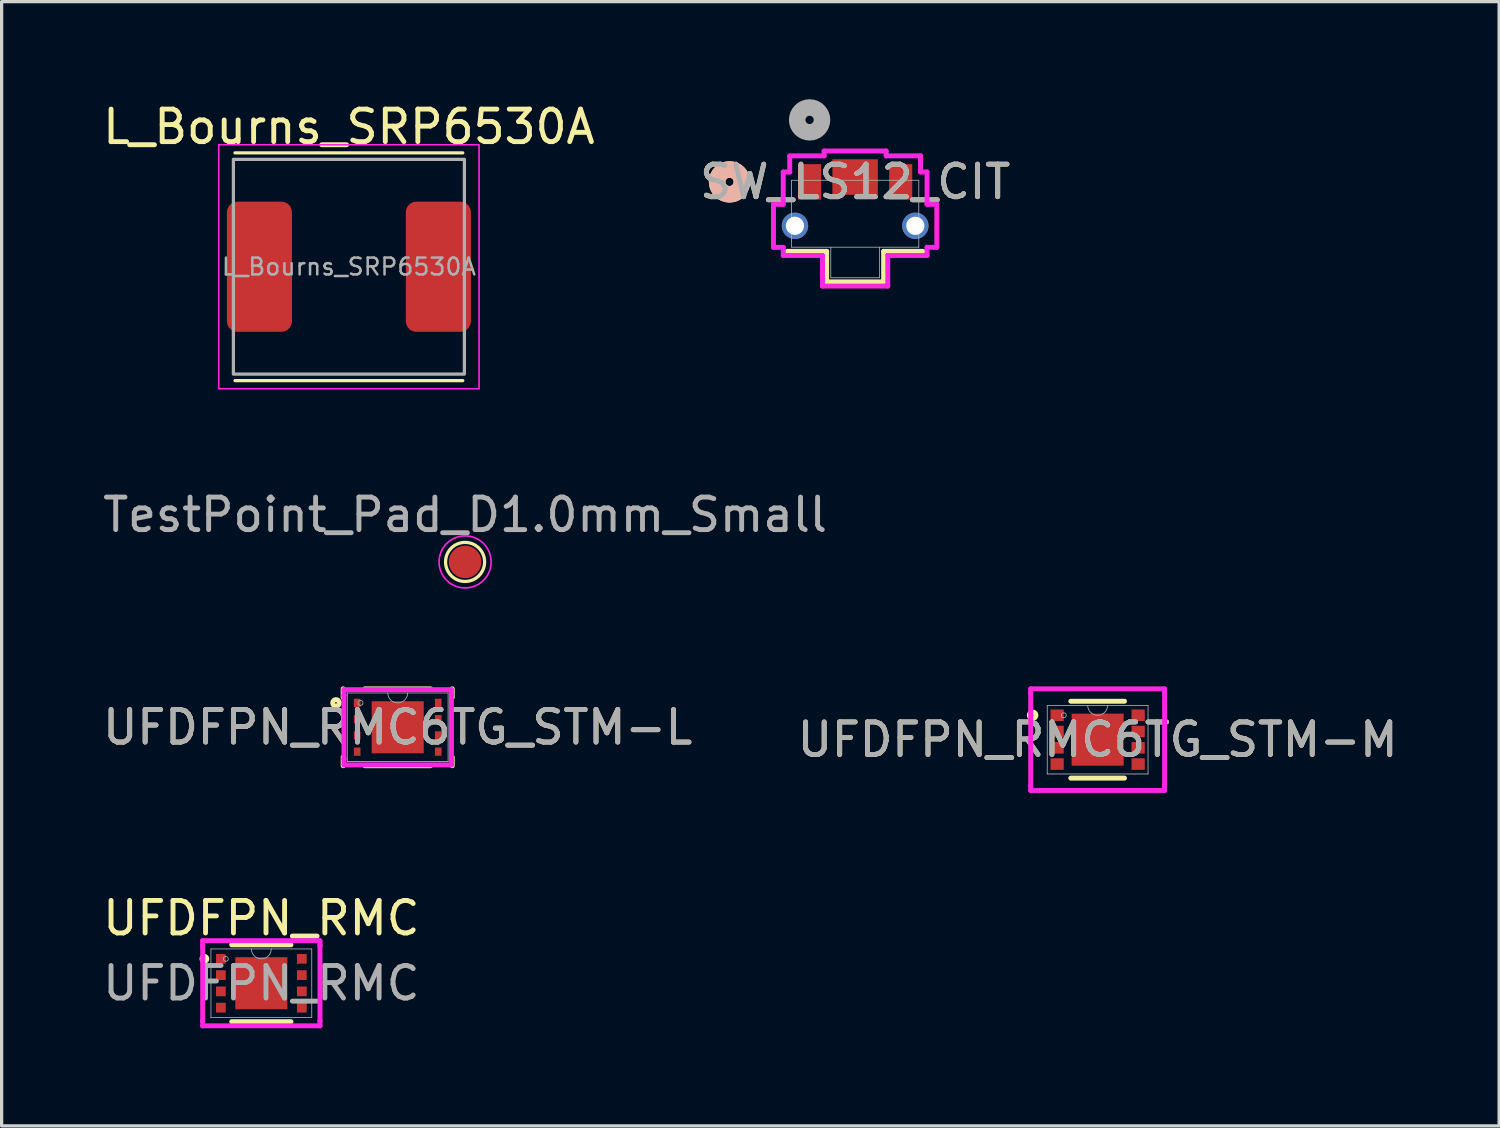
<source format=kicad_pcb>
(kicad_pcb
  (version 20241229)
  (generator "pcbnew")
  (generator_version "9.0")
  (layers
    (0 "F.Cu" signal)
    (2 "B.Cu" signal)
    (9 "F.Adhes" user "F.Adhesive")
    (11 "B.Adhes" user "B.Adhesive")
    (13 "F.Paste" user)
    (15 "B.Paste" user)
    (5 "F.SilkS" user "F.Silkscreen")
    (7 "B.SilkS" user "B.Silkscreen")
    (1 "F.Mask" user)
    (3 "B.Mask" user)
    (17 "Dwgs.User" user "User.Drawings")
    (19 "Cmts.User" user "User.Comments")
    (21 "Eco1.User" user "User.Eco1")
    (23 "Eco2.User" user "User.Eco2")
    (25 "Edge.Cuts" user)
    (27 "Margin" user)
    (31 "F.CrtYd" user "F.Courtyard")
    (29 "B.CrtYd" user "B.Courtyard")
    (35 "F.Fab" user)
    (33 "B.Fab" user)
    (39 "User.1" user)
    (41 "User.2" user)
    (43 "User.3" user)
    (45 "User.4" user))
  (footprint "SW_LS12_CIT"
    (layer "F.Cu")
    (at 23.232 3.519)
    (property "Reference" "SW_LS12_CIT" (at 0 -0.979 0) (unlocked yes) (layer "F.SilkS") (effects (font (size 1 1) (thickness 0.15))))
    (attr smd)
    (fp_line (start -2.083 1.156) (end -0.876 1.156) (stroke (width 0.152) (type solid)) (layer "F.SilkS"))
    (fp_line (start -0.876 1.156) (end -0.876 2.095) (stroke (width 0.152) (type solid)) (layer "F.SilkS"))
    (fp_line (start -0.876 2.095) (end 0.876 2.095) (stroke (width 0.152) (type solid)) (layer "F.SilkS"))
    (fp_line (start 0.876 1.156) (end 2.083 1.156) (stroke (width 0.152) (type solid)) (layer "F.SilkS"))
    (fp_line (start 0.876 2.095) (end 0.876 1.156) (stroke (width 0.152) (type solid)) (layer "F.SilkS"))
    (fp_circle (center -3.861 -0.979) (end -3.48 -0.979) (stroke (width 0.508) (type solid)) (fill no) (layer "F.SilkS"))
    (fp_circle (center -3.861 -0.979) (end -3.48 -0.979) (stroke (width 0.508) (type solid)) (fill no) (layer "B.SilkS"))
    (fp_line (start -2.51 -0.289) (end -2.51 1.032) (stroke (width 0.152) (type solid)) (layer "F.CrtYd"))
    (fp_line (start -2.51 1.032) (end -2.21 1.032) (stroke (width 0.152) (type solid)) (layer "F.CrtYd"))
    (fp_line (start -2.21 -1.283) (end -2.21 -0.289) (stroke (width 0.152) (type solid)) (layer "F.CrtYd"))
    (fp_line (start -2.21 -0.289) (end -2.51 -0.289) (stroke (width 0.152) (type solid)) (layer "F.CrtYd"))
    (fp_line (start -2.21 1.032) (end -2.21 1.283) (stroke (width 0.152) (type solid)) (layer "F.CrtYd"))
    (fp_line (start -2.21 1.283) (end -1.003 1.283) (stroke (width 0.152) (type solid)) (layer "F.CrtYd"))
    (fp_line (start -2.01 -1.779) (end -2.01 -1.283) (stroke (width 0.152) (type solid)) (layer "F.CrtYd"))
    (fp_line (start -2.01 -1.283) (end -2.21 -1.283) (stroke (width 0.152) (type solid)) (layer "F.CrtYd"))
    (fp_line (start -1.003 1.283) (end -1.003 2.223) (stroke (width 0.152) (type solid)) (layer "F.CrtYd"))
    (fp_line (start -1.003 2.223) (end 1.003 2.223) (stroke (width 0.152) (type solid)) (layer "F.CrtYd"))
    (fp_line (start -0.953 -1.929) (end -0.953 -1.779) (stroke (width 0.152) (type solid)) (layer "F.CrtYd"))
    (fp_line (start -0.953 -1.779) (end -2.01 -1.779) (stroke (width 0.152) (type solid)) (layer "F.CrtYd"))
    (fp_line (start 0.953 -1.929) (end -0.953 -1.929) (stroke (width 0.152) (type solid)) (layer "F.CrtYd"))
    (fp_line (start 0.953 -1.779) (end 0.953 -1.929) (stroke (width 0.152) (type solid)) (layer "F.CrtYd"))
    (fp_line (start 1.003 1.283) (end 2.21 1.283) (stroke (width 0.152) (type solid)) (layer "F.CrtYd"))
    (fp_line (start 1.003 2.223) (end 1.003 1.283) (stroke (width 0.152) (type solid)) (layer "F.CrtYd"))
    (fp_line (start 2.01 -1.779) (end 0.953 -1.779) (stroke (width 0.152) (type solid)) (layer "F.CrtYd"))
    (fp_line (start 2.01 -1.283) (end 2.01 -1.779) (stroke (width 0.152) (type solid)) (layer "F.CrtYd"))
    (fp_line (start 2.21 -1.283) (end 2.01 -1.283) (stroke (width 0.152) (type solid)) (layer "F.CrtYd"))
    (fp_line (start 2.21 -0.289) (end 2.21 -1.283) (stroke (width 0.152) (type solid)) (layer "F.CrtYd"))
    (fp_line (start 2.21 1.032) (end 2.51 1.032) (stroke (width 0.152) (type solid)) (layer "F.CrtYd"))
    (fp_line (start 2.21 1.283) (end 2.21 1.032) (stroke (width 0.152) (type solid)) (layer "F.CrtYd"))
    (fp_line (start 2.51 -0.289) (end 2.21 -0.289) (stroke (width 0.152) (type solid)) (layer "F.CrtYd"))
    (fp_line (start 2.51 1.032) (end 2.51 -0.289) (stroke (width 0.152) (type solid)) (layer "F.CrtYd"))
    (fp_line (start -1.956 -1.029) (end -1.956 1.029) (stroke (width 0.025) (type solid)) (layer "F.Fab"))
    (fp_line (start -1.956 1.029) (end 1.956 1.029) (stroke (width 0.025) (type solid)) (layer "F.Fab"))
    (fp_line (start -0.749 1.968) (end -0.749 1.029) (stroke (width 0.025) (type solid)) (layer "F.Fab"))
    (fp_line (start -0.749 1.968) (end 0.749 1.968) (stroke (width 0.025) (type solid)) (layer "F.Fab"))
    (fp_line (start 0.749 1.968) (end 0.749 1.029) (stroke (width 0.025) (type solid)) (layer "F.Fab"))
    (fp_line (start 1.956 -1.029) (end -1.956 -1.029) (stroke (width 0.025) (type solid)) (layer "F.Fab"))
    (fp_line (start 1.956 1.029) (end 1.956 -1.029) (stroke (width 0.025) (type solid)) (layer "F.Fab"))
    (fp_circle (center -1.4 -2.884) (end -1.019 -2.884) (stroke (width 0.508) (type solid)) (fill no) (layer "F.Fab"))
    (fp_text user "${REFERENCE}" (at 0 -0.979 0) (unlocked yes) (layer "F.Fab") (effects (font (size 1 1) (thickness 0.15))))
    (pad "1" smd rect (at -1.4 -0.979) (size 0.711 1.092) (layers "F.Cu" "F.Mask" "F.Paste"))
    (pad "2" smd rect (at 1.4 -0.979) (size 0.711 1.092) (layers "F.Cu" "F.Mask" "F.Paste"))
    (pad "3" smd rect (at 0 -1.129) (size 1.397 1.092) (layers "F.Cu" "F.Mask" "F.Paste"))
    (pad "4" thru_hole circle (at -1.85 0.371) (size 0.813 0.813) (drill 0.559) (layers "*.Cu" "*.Mask"))
    (pad "5" thru_hole circle (at 1.85 0.371) (size 0.813 0.813) (drill 0.559) (layers "*.Cu" "*.Mask")))
  (footprint "UFDFPN_RMC6TG_STM-L"
    (layer "F.Cu")
    (at 9.173 19.302)
    (property "Reference" "UFDFPN_RMC6TG_STM-L" (at 0 0 0) (unlocked yes) (layer "F.SilkS") (effects (font (size 1 1) (thickness 0.15))))
    (attr smd)
    (fp_line (start -1.676 -1.181) (end -1.676 -0.918) (stroke (width 0.152) (type solid)) (layer "F.SilkS"))
    (fp_line (start -1.676 0.918) (end -1.676 1.181) (stroke (width 0.152) (type solid)) (layer "F.SilkS"))
    (fp_line (start -1.008 1.181) (end 1.008 1.181) (stroke (width 0.152) (type solid)) (layer "F.SilkS"))
    (fp_line (start 1.008 -1.181) (end -1.008 -1.181) (stroke (width 0.152) (type solid)) (layer "F.SilkS"))
    (fp_line (start 1.676 -0.918) (end 1.676 -1.181) (stroke (width 0.152) (type solid)) (layer "F.SilkS"))
    (fp_line (start 1.676 1.181) (end 1.676 0.918) (stroke (width 0.152) (type solid)) (layer "F.SilkS"))
    (fp_circle (center -1.897 -0.75) (end -1.796 -0.75) (stroke (width 0.152) (type solid)) (fill no) (layer "F.SilkS"))
    (fp_line (start -1.651 -1.156) (end 1.651 -1.156) (stroke (width 0.152) (type solid)) (layer "F.CrtYd"))
    (fp_line (start -1.651 -0.979) (end -1.651 -1.156) (stroke (width 0.152) (type solid)) (layer "F.CrtYd"))
    (fp_line (start -1.651 -0.979) (end -1.651 -0.979) (stroke (width 0.152) (type solid)) (layer "F.CrtYd"))
    (fp_line (start -1.651 0.979) (end -1.651 -0.979) (stroke (width 0.152) (type solid)) (layer "F.CrtYd"))
    (fp_line (start -1.651 0.979) (end -1.651 0.979) (stroke (width 0.152) (type solid)) (layer "F.CrtYd"))
    (fp_line (start -1.651 1.156) (end -1.651 0.979) (stroke (width 0.152) (type solid)) (layer "F.CrtYd"))
    (fp_line (start 1.651 -1.156) (end 1.651 -0.979) (stroke (width 0.152) (type solid)) (layer "F.CrtYd"))
    (fp_line (start 1.651 -0.979) (end 1.651 -0.979) (stroke (width 0.152) (type solid)) (layer "F.CrtYd"))
    (fp_line (start 1.651 -0.979) (end 1.651 0.979) (stroke (width 0.152) (type solid)) (layer "F.CrtYd"))
    (fp_line (start 1.651 0.979) (end 1.651 0.979) (stroke (width 0.152) (type solid)) (layer "F.CrtYd"))
    (fp_line (start 1.651 0.979) (end 1.651 1.156) (stroke (width 0.152) (type solid)) (layer "F.CrtYd"))
    (fp_line (start 1.651 1.156) (end -1.651 1.156) (stroke (width 0.152) (type solid)) (layer "F.CrtYd"))
    (fp_line (start -1.549 -1.054) (end -1.549 1.054) (stroke (width 0.025) (type solid)) (layer "F.Fab"))
    (fp_line (start -1.549 1.054) (end 1.549 1.054) (stroke (width 0.025) (type solid)) (layer "F.Fab"))
    (fp_line (start 1.549 -1.054) (end -1.549 -1.054) (stroke (width 0.025) (type solid)) (layer "F.Fab"))
    (fp_line (start 1.549 1.054) (end 1.549 -1.054) (stroke (width 0.025) (type solid)) (layer "F.Fab"))
    (fp_arc (start 0.3048 -1.0541) (mid 0 -0.7493) (end -0.3048 -1.0541) (stroke (width 0.0254) (type solid)) (layer "F.Fab"))
    (fp_circle (center -1.143 -0.75) (end -1.067 -0.75) (stroke (width 0.025) (type solid)) (fill no) (layer "F.Fab"))
    (fp_text user "${REFERENCE}" (at 0 0 0) (unlocked yes) (layer "F.Fab") (effects (font (size 1 1) (thickness 0.15))))
    (pad "1" smd rect (at -1.245 -0.75) (size 0.203 0.254) (layers "F.Cu" "F.Mask" "F.Paste"))
    (pad "2" smd rect (at -1.245 -0.25) (size 0.203 0.254) (layers "F.Cu" "F.Mask" "F.Paste"))
    (pad "3" smd rect (at -1.245 0.25) (size 0.203 0.254) (layers "F.Cu" "F.Mask" "F.Paste"))
    (pad "4" smd rect (at -1.245 0.75) (size 0.203 0.254) (layers "F.Cu" "F.Mask" "F.Paste"))
    (pad "5" smd rect (at 1.245 0.75) (size 0.203 0.254) (layers "F.Cu" "F.Mask" "F.Paste"))
    (pad "6" smd rect (at 1.245 0.25) (size 0.203 0.254) (layers "F.Cu" "F.Mask" "F.Paste"))
    (pad "7" smd rect (at 1.245 -0.25) (size 0.203 0.254) (layers "F.Cu" "F.Mask" "F.Paste"))
    (pad "8" smd rect (at 1.245 -0.75) (size 0.203 0.254) (layers "F.Cu" "F.Mask" "F.Paste"))
    (pad "9" smd rect (at 0 0) (size 1.6 1.6) (layers "F.Cu" "F.Mask" "F.Paste")))
  (footprint "L_Bourns_SRP6530A"
    (layer "F.Cu")
    (at 7.673 5.148)
    (property "Reference" "L_Bourns_SRP6530A" (at 0 -4.3 0) (layer "F.SilkS") (effects (font (size 1 1) (thickness 0.15))))
    (attr smd)
    (fp_line (start -3.5 -3.5) (end 3.5 -3.5) (stroke (width 0.1) (type default)) (layer "F.SilkS"))
    (fp_line (start 3.5 3.5) (end -3.5 3.5) (stroke (width 0.1) (type default)) (layer "F.SilkS"))
    (fp_rect (start -4 -3.75) (end 4 3.75) (stroke (width 0.05) (type default)) (fill no) (layer "F.CrtYd"))
    (fp_rect (start -3.55 -3.3) (end 3.55 3.3) (stroke (width 0.1) (type solid)) (fill no) (layer "F.Fab"))
    (fp_text user "${REFERENCE}" (at 0 0 0) (layer "F.Fab") (effects (font (size 0.517 0.517) (thickness 0.077))))
    (pad "1" smd roundrect (at -2.75 0) (size 2 4) (layers "F.Cu" "F.Mask" "F.Paste") (roundrect_rratio 0.161))
    (pad "2" smd roundrect (at 2.75 0) (size 2 4) (layers "F.Cu" "F.Mask" "F.Paste") (roundrect_rratio 0.161))
    (zone (net_name "") (layer "F.Cu") (hatch edge 0.5) (connect_pads) (min_thickness 0.25) (filled_areas_thickness no) (keepout (tracks not_allowed) (vias not_allowed) (pads not_allowed) (copperpour not_allowed) (footprints allowed)) (placement (enabled no)) (fill) (polygon (pts (xy 6.173 2.898) (xy 9.173 2.898) (xy 9.173 7.398) (xy 6.173 7.398)))))
  (footprint "UFDFPN_RMC6TG_STM-M"
    (layer "F.Cu")
    (at 30.685 19.683)
    (property "Reference" "UFDFPN_RMC6TG_STM-M" (at 0 0 0) (unlocked yes) (layer "F.SilkS") (effects (font (size 1 1) (thickness 0.15))))
    (attr smd)
    (fp_line (start -0.825 1.181) (end 0.825 1.181) (stroke (width 0.152) (type solid)) (layer "F.SilkS"))
    (fp_line (start 0.825 -1.181) (end -0.825 -1.181) (stroke (width 0.152) (type solid)) (layer "F.SilkS"))
    (fp_circle (center -1.999 -0.75) (end -1.897 -0.75) (stroke (width 0.152) (type solid)) (fill no) (layer "F.SilkS"))
    (fp_line (start -2.057 -1.562) (end 2.057 -1.562) (stroke (width 0.152) (type solid)) (layer "F.CrtYd"))
    (fp_line (start -2.057 -1.436) (end -2.057 -1.562) (stroke (width 0.152) (type solid)) (layer "F.CrtYd"))
    (fp_line (start -2.057 -1.436) (end -2.057 -1.436) (stroke (width 0.152) (type solid)) (layer "F.CrtYd"))
    (fp_line (start -2.057 1.436) (end -2.057 -1.436) (stroke (width 0.152) (type solid)) (layer "F.CrtYd"))
    (fp_line (start -2.057 1.436) (end -2.057 1.436) (stroke (width 0.152) (type solid)) (layer "F.CrtYd"))
    (fp_line (start -2.057 1.562) (end -2.057 1.436) (stroke (width 0.152) (type solid)) (layer "F.CrtYd"))
    (fp_line (start 2.057 -1.562) (end 2.057 -1.436) (stroke (width 0.152) (type solid)) (layer "F.CrtYd"))
    (fp_line (start 2.057 -1.436) (end 2.057 -1.436) (stroke (width 0.152) (type solid)) (layer "F.CrtYd"))
    (fp_line (start 2.057 -1.436) (end 2.057 1.436) (stroke (width 0.152) (type solid)) (layer "F.CrtYd"))
    (fp_line (start 2.057 1.436) (end 2.057 1.436) (stroke (width 0.152) (type solid)) (layer "F.CrtYd"))
    (fp_line (start 2.057 1.436) (end 2.057 1.562) (stroke (width 0.152) (type solid)) (layer "F.CrtYd"))
    (fp_line (start 2.057 1.562) (end -2.057 1.562) (stroke (width 0.152) (type solid)) (layer "F.CrtYd"))
    (fp_line (start -1.549 -1.054) (end -1.549 1.054) (stroke (width 0.025) (type solid)) (layer "F.Fab"))
    (fp_line (start -1.549 1.054) (end 1.549 1.054) (stroke (width 0.025) (type solid)) (layer "F.Fab"))
    (fp_line (start 1.549 -1.054) (end -1.549 -1.054) (stroke (width 0.025) (type solid)) (layer "F.Fab"))
    (fp_line (start 1.549 1.054) (end 1.549 -1.054) (stroke (width 0.025) (type solid)) (layer "F.Fab"))
    (fp_arc (start 0.3048 -1.0541) (mid 0 -0.7493) (end -0.3048 -1.0541) (stroke (width 0.0254) (type solid)) (layer "F.Fab"))
    (fp_circle (center -1.041 -0.75) (end -0.965 -0.75) (stroke (width 0.025) (type solid)) (fill no) (layer "F.Fab"))
    (fp_text user "${REFERENCE}" (at 0 0 0) (unlocked yes) (layer "F.Fab") (effects (font (size 1 1) (thickness 0.15))))
    (pad "1" smd rect (at -1.245 -0.75) (size 0.406 0.356) (layers "F.Cu" "F.Mask" "F.Paste"))
    (pad "2" smd rect (at -1.245 -0.25) (size 0.406 0.356) (layers "F.Cu" "F.Mask" "F.Paste"))
    (pad "3" smd rect (at -1.245 0.25) (size 0.406 0.356) (layers "F.Cu" "F.Mask" "F.Paste"))
    (pad "4" smd rect (at -1.245 0.75) (size 0.406 0.356) (layers "F.Cu" "F.Mask" "F.Paste"))
    (pad "5" smd rect (at 1.245 0.75) (size 0.406 0.356) (layers "F.Cu" "F.Mask" "F.Paste"))
    (pad "6" smd rect (at 1.245 0.25) (size 0.406 0.356) (layers "F.Cu" "F.Mask" "F.Paste"))
    (pad "7" smd rect (at 1.245 -0.25) (size 0.406 0.356) (layers "F.Cu" "F.Mask" "F.Paste"))
    (pad "8" smd rect (at 1.245 -0.75) (size 0.406 0.356) (layers "F.Cu" "F.Mask" "F.Paste"))
    (pad "9" smd rect (at 0 0) (size 1.6 1.6) (layers "F.Cu" "F.Mask" "F.Paste")))
  (footprint "TestPoint_Pad_D1.0mm_Small"
    (layer "F.Cu")
    (at 11.244 14.22)
    (property "Reference" "TestPoint_Pad_D1.0mm_Small" (at 0 -1.448 0) (layer "F.Fab") (effects (font (size 1 1) (thickness 0.15))))
    (attr exclude_from_pos_files)
    (fp_circle (center 0 0) (end 0.6 0) (stroke (width 0.1) (type solid)) (fill no) (layer "F.SilkS"))
    (fp_circle (center 0 0) (end 0.8 0) (stroke (width 0.05) (type solid)) (fill no) (layer "F.CrtYd"))
    (pad "1" smd circle (at 0 0) (size 1 1) (layers "F.Cu" "F.Mask")))
  (footprint "UFDFPN_RMC"
    (layer "F.Cu")
    (at 4.982 27.169)
    (property "Reference" "UFDFPN_RMC" (at 0 -2 0) (unlocked yes) (layer "F.SilkS") (effects (font (size 1 1) (thickness 0.15))))
    (attr smd)
    (fp_line (start -0.91 1.181) (end 0.91 1.181) (stroke (width 0.152) (type solid)) (layer "F.SilkS"))
    (fp_line (start 0.91 -1.181) (end -0.91 -1.181) (stroke (width 0.152) (type solid)) (layer "F.SilkS"))
    (fp_circle (center -1.75 -0.75) (end -1.6 -0.75) (stroke (width 0) (type solid)) (fill yes) (layer "F.SilkS"))
    (fp_line (start -1.803 -1.308) (end 1.803 -1.308) (stroke (width 0.152) (type solid)) (layer "F.CrtYd"))
    (fp_line (start -1.803 -1.157) (end -1.803 -1.308) (stroke (width 0.152) (type solid)) (layer "F.CrtYd"))
    (fp_line (start -1.803 -1.157) (end -1.803 -1.157) (stroke (width 0.152) (type solid)) (layer "F.CrtYd"))
    (fp_line (start -1.803 1.157) (end -1.803 -1.157) (stroke (width 0.152) (type solid)) (layer "F.CrtYd"))
    (fp_line (start -1.803 1.157) (end -1.803 1.157) (stroke (width 0.152) (type solid)) (layer "F.CrtYd"))
    (fp_line (start -1.803 1.308) (end -1.803 1.157) (stroke (width 0.152) (type solid)) (layer "F.CrtYd"))
    (fp_line (start 1.803 -1.308) (end 1.803 -1.157) (stroke (width 0.152) (type solid)) (layer "F.CrtYd"))
    (fp_line (start 1.803 -1.157) (end 1.803 -1.157) (stroke (width 0.152) (type solid)) (layer "F.CrtYd"))
    (fp_line (start 1.803 -1.157) (end 1.803 1.157) (stroke (width 0.152) (type solid)) (layer "F.CrtYd"))
    (fp_line (start 1.803 1.157) (end 1.803 1.157) (stroke (width 0.152) (type solid)) (layer "F.CrtYd"))
    (fp_line (start 1.803 1.157) (end 1.803 1.308) (stroke (width 0.152) (type solid)) (layer "F.CrtYd"))
    (fp_line (start 1.803 1.308) (end -1.803 1.308) (stroke (width 0.152) (type solid)) (layer "F.CrtYd"))
    (fp_line (start -1.549 -1.054) (end -1.549 1.054) (stroke (width 0.025) (type solid)) (layer "F.Fab"))
    (fp_line (start -1.549 1.054) (end 1.549 1.054) (stroke (width 0.025) (type solid)) (layer "F.Fab"))
    (fp_line (start 1.549 -1.054) (end -1.549 -1.054) (stroke (width 0.025) (type solid)) (layer "F.Fab"))
    (fp_line (start 1.549 1.054) (end 1.549 -1.054) (stroke (width 0.025) (type solid)) (layer "F.Fab"))
    (fp_arc (start 0.3048 -1.0541) (mid 0 -0.7493) (end -0.3048 -1.0541) (stroke (width 0.0254) (type solid)) (layer "F.Fab"))
    (fp_circle (center -1.092 -0.75) (end -1.016 -0.75) (stroke (width 0.025) (type solid)) (fill no) (layer "F.Fab"))
    (fp_text user "${REFERENCE}" (at 0 0 0) (unlocked yes) (layer "F.Fab") (effects (font (size 1 1) (thickness 0.15))))
    (pad "1" smd rect (at -1.245 -0.75) (size 0.3 0.3) (layers "F.Cu" "F.Mask" "F.Paste"))
    (pad "2" smd rect (at -1.245 -0.25) (size 0.3 0.3) (layers "F.Cu" "F.Mask" "F.Paste"))
    (pad "3" smd rect (at -1.245 0.25) (size 0.3 0.3) (layers "F.Cu" "F.Mask" "F.Paste"))
    (pad "4" smd rect (at -1.245 0.75) (size 0.3 0.3) (layers "F.Cu" "F.Mask" "F.Paste"))
    (pad "5" smd rect (at 1.245 0.75) (size 0.3 0.3) (layers "F.Cu" "F.Mask" "F.Paste"))
    (pad "6" smd rect (at 1.245 0.25) (size 0.3 0.3) (layers "F.Cu" "F.Mask" "F.Paste"))
    (pad "7" smd rect (at 1.245 -0.25) (size 0.3 0.3) (layers "F.Cu" "F.Mask" "F.Paste"))
    (pad "8" smd rect (at 1.245 -0.75) (size 0.3 0.3) (layers "F.Cu" "F.Mask" "F.Paste"))
    (pad "9" smd rect (at 0 0) (size 1.6 1.6) (layers "F.Cu" "F.Mask" "F.Paste")))
  (gr_rect
    (start -3 -3)
    (end 43.024 31.554)
    (stroke (width 0.1) (type default))
    (fill no)
    (layer "Edge.Cuts")))
</source>
